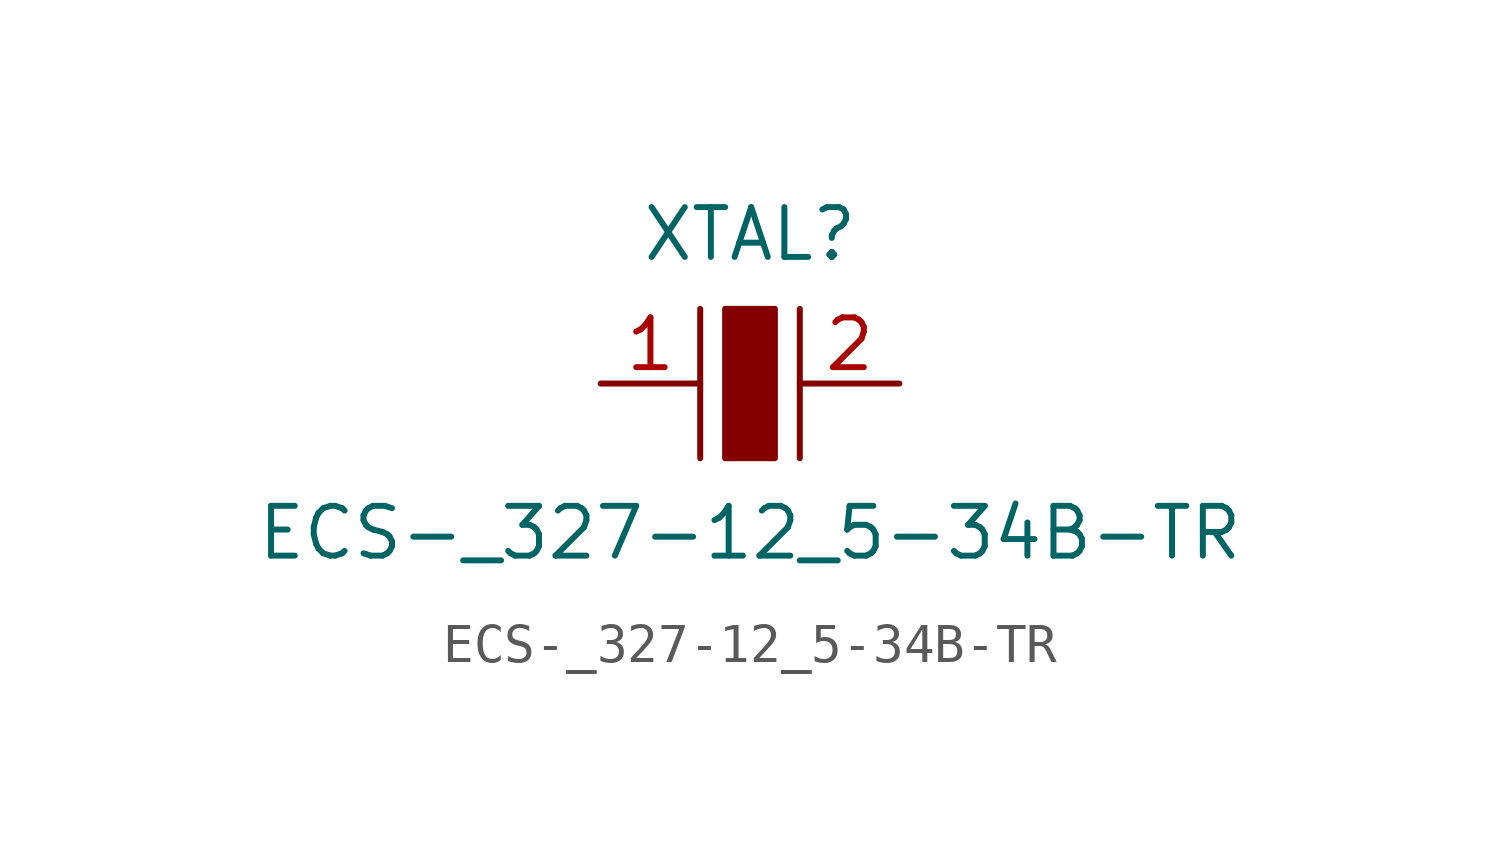
<source format=kicad_sym>
(kicad_symbol_lib
  (version 20231120)
  (generator "kicad_symbol_editor")
  (generator_version "8.0")
  (symbol "ECS-_327-12_5-34B-TR"
    (pin_names
      (offset 1.016))
    (property "Reference" "XTAL"
      (at 0 3.81 0)
      (effects (font (size 1.27 1.27))))
    (property "Value" "ECS-_327-12_5-34B-TR"
      (at 0 -3.81 0)
      (effects (font (size 1.27 1.27))))
    (symbol "ECS-_327-12_5-34B-TR_1_1"
      (rectangle (start -0.635 1.905) (end 0.635 -1.905) (stroke (width 0) (type solid)) (fill (type outline)))
      (polyline (pts (xy -1.27 1.905) (xy -1.27 -1.905)) (stroke (width 0) (type solid)) (fill (type none)))
      (polyline (pts (xy 1.27 1.905) (xy 1.27 -1.905)) (stroke (width 0) (type solid)) (fill (type none)))
      (pin bidirectional line (at -3.81 0 0) (length 2.54) (name "~" (effects (font (size 1.27 1.27)))) (number "1" (effects (font (size 1.27 1.27)))))
      (pin bidirectional line (at 3.81 0 180) (length 2.54) (name "~" (effects (font (size 1.27 1.27)))) (number "2" (effects (font (size 1.27 1.27))))))))
</source>
